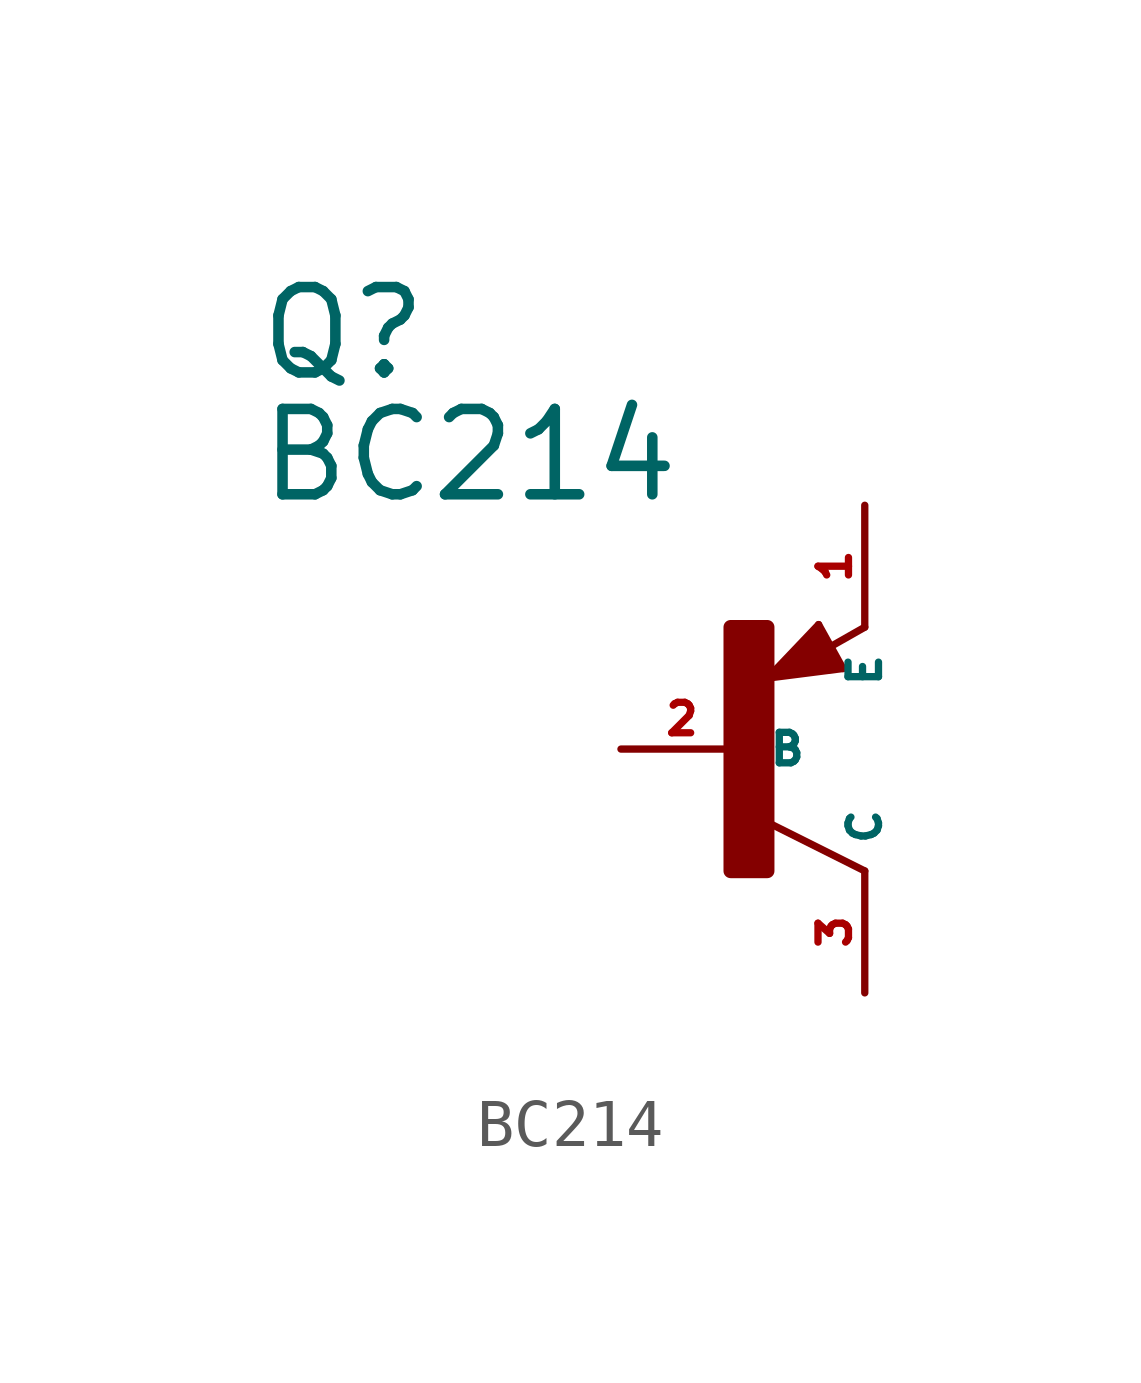
<source format=kicad_sym>
(kicad_symbol_lib
  (version 20220914)
  (generator Eagle2Kicad)
  (symbol "BC214"
    (property "Reference" "Q"
      (at -10.16 7.62 0)
      (effects (font (size 1.778 1.778) (thickness 0.22)) (justify left bottom)))
    (property "Value" "BC214"
      (at -10.16 5.08 0)
      (effects (font (size 1.778 1.778) (thickness 0.22)) (justify left bottom)))
    (polyline
      (pts (xy 2.086 1.678) (xy 1.578 2.594))
      (stroke (width 0.152) (type default))
      (fill (type none)))
    (polyline
      (pts (xy 1.578 2.594) (xy 0.516 1.478))
      (stroke (width 0.152) (type default))
      (fill (type none)))
    (polyline
      (pts (xy 0.516 1.478) (xy 2.086 1.678))
      (stroke (width 0.152) (type default))
      (fill (type none)))
    (polyline
      (pts (xy 2.54 2.54) (xy 1.808 2.124))
      (stroke (width 0.152) (type default))
      (fill (type none)))
    (polyline
      (pts (xy 2.54 -2.54) (xy 0.508 -1.524))
      (stroke (width 0.152) (type default))
      (fill (type none)))
    (polyline
      (pts (xy 1.905 1.778) (xy 1.524 2.413))
      (stroke (width 0.254) (type default))
      (fill (type none)))
    (polyline
      (pts (xy 1.524 2.413) (xy 0.762 1.651))
      (stroke (width 0.254) (type default))
      (fill (type none)))
    (polyline
      (pts (xy 0.762 1.651) (xy 1.778 1.778))
      (stroke (width 0.254) (type default))
      (fill (type none)))
    (polyline
      (pts (xy 1.778 1.778) (xy 1.524 2.159))
      (stroke (width 0.254) (type default))
      (fill (type none)))
    (polyline
      (pts (xy 1.524 2.159) (xy 1.143 1.905))
      (stroke (width 0.254) (type default))
      (fill (type none)))
    (polyline
      (pts (xy 1.143 1.905) (xy 1.524 1.905))
      (stroke (width 0.254) (type default))
      (fill (type none)))
    (rectangle
      (start -0.254 -2.54)
      (end 0.508 2.54)
      (stroke (width 0.3) (type default))
      (fill (type outline)))
    (pin passive line
      (at -2.54 0 0)
      (length 2.54)
      (name "B" (effects (font (size 0.635 0.635) (thickness 0.08)) (justify left bottom)))
      (number "2" (effects (font (size 0.635 0.635) (thickness 0.08)) (justify left bottom))))
    (pin passive line
      (at 2.54 5.08 270)
      (length 2.54)
      (name "E" (effects (font (size 0.635 0.635) (thickness 0.08)) (justify left bottom)))
      (number "1" (effects (font (size 0.635 0.635) (thickness 0.08)) (justify left bottom))))
    (pin passive line
      (at 2.54 -5.08 90)
      (length 2.54)
      (name "C" (effects (font (size 0.635 0.635) (thickness 0.08)) (justify left bottom)))
      (number "3" (effects (font (size 0.635 0.635) (thickness 0.08)) (justify left bottom))))))
</source>
